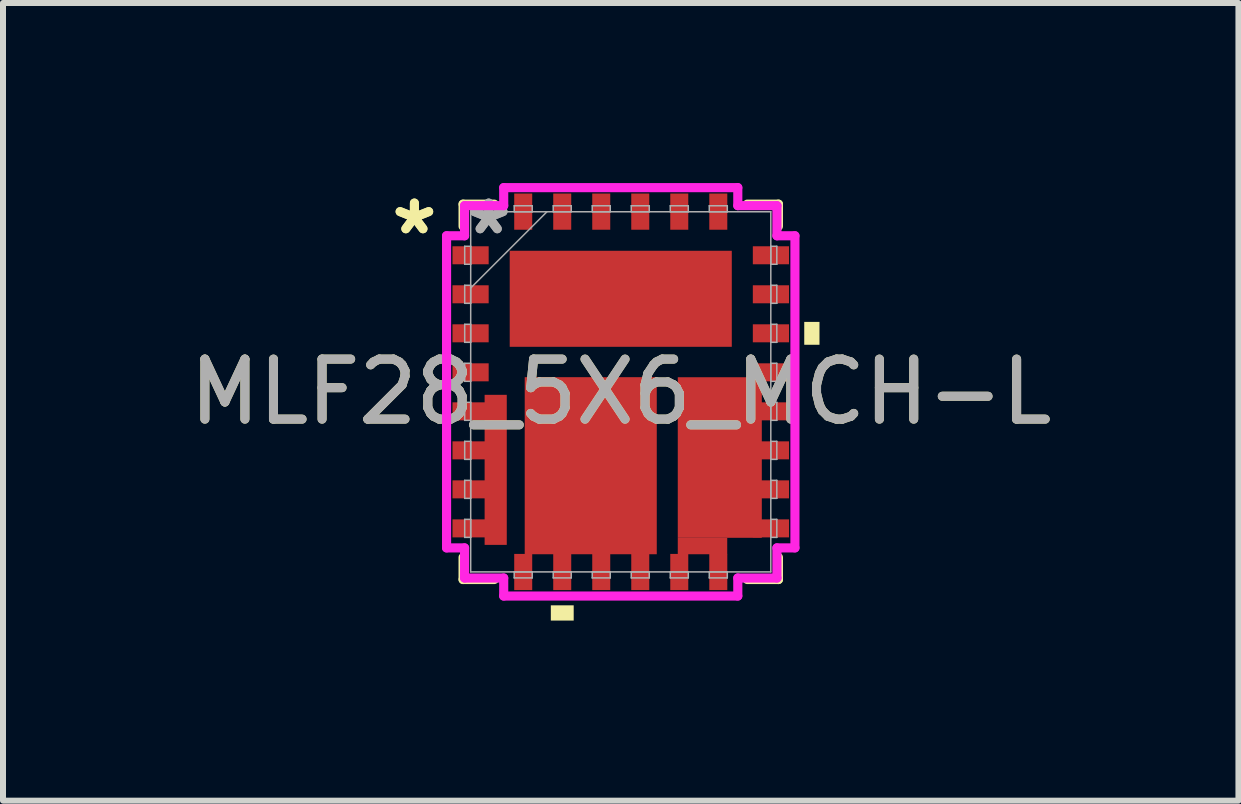
<source format=kicad_pcb>
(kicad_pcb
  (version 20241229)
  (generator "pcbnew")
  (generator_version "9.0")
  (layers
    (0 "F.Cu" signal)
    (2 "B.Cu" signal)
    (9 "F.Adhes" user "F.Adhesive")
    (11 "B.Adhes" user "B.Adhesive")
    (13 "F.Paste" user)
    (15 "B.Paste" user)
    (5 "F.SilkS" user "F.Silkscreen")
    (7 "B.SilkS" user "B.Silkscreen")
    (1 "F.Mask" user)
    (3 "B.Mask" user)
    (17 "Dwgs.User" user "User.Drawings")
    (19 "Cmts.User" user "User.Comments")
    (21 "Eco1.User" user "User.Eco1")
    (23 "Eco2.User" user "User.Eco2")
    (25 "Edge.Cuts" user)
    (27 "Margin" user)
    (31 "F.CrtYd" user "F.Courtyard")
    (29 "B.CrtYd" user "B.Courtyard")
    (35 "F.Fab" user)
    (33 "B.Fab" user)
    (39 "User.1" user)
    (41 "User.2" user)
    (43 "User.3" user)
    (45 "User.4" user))
  (footprint "MLF28_5X6_MCH-L"
    (layer "F.Cu")
    (at 7.292 3.478)
    (property "Reference" "MLF28_5X6_MCH-L" (at 0 0 0) (unlocked yes) (layer "F.SilkS") (effects (font (size 1 1) (thickness 0.15))))
    (attr smd)
    (fp_poly (pts (xy -2.268 0.05) (xy -1.899 0.05) (xy -1.899 2.55) (xy -2.268 2.55)) (stroke (width 0) (type solid)) (fill yes) (layer "F.Cu"))
    (fp_poly (pts (xy -1.6 -0.244) (xy 0.6 -0.244) (xy 0.6 2.706) (xy -1.6 2.706)) (stroke (width 0) (type solid)) (fill yes) (layer "F.Cu"))
    (fp_poly (pts (xy 0.95 2.431) (xy 1.774 2.431) (xy 1.774 2.706) (xy 0.95 2.706)) (stroke (width 0) (type solid)) (fill yes) (layer "F.Cu"))
    (fp_poly (pts (xy 0.95 -0.243) (xy 2.35 -0.243) (xy 2.35 2.432) (xy 0.95 2.432)) (stroke (width 0) (type solid)) (fill yes) (layer "F.Cu"))
    (fp_line (start -2.627 -3.127) (end -2.627 -2.758) (stroke (width 0.152) (type solid)) (layer "F.SilkS"))
    (fp_line (start -2.627 2.758) (end -2.627 3.127) (stroke (width 0.152) (type solid)) (layer "F.SilkS"))
    (fp_line (start -2.627 3.127) (end -2.108 3.127) (stroke (width 0.152) (type solid)) (layer "F.SilkS"))
    (fp_line (start -2.108 -3.127) (end -2.627 -3.127) (stroke (width 0.152) (type solid)) (layer "F.SilkS"))
    (fp_line (start 2.108 3.127) (end 2.627 3.127) (stroke (width 0.152) (type solid)) (layer "F.SilkS"))
    (fp_line (start 2.627 -3.127) (end 2.108 -3.127) (stroke (width 0.152) (type solid)) (layer "F.SilkS"))
    (fp_line (start 2.627 -2.758) (end 2.627 -3.127) (stroke (width 0.152) (type solid)) (layer "F.SilkS"))
    (fp_line (start 2.627 3.127) (end 2.627 2.758) (stroke (width 0.152) (type solid)) (layer "F.SilkS"))
    (fp_poly (pts (xy -1.165 3.557) (xy -1.165 3.811) (xy -0.784 3.811) (xy -0.784 3.557)) (stroke (width 0) (type solid)) (fill yes) (layer "F.SilkS"))
    (fp_poly (pts (xy 3.311 -1.165) (xy 3.311 -0.784) (xy 3.057 -0.784) (xy 3.057 -1.165)) (stroke (width 0) (type solid)) (fill yes) (layer "F.SilkS"))
    (fp_poly (pts (xy -2.902 -1.76) (xy -2.102 -1.76) (xy -2.102 -1.49) (xy -2.902 -1.49)) (stroke (width 0) (type solid)) (fill yes) (layer "F.Paste"))
    (fp_poly (pts (xy -2.902 -1.11) (xy -2.102 -1.11) (xy -2.102 -0.84) (xy -2.902 -0.84)) (stroke (width 0) (type solid)) (fill yes) (layer "F.Paste"))
    (fp_poly (pts (xy -2.902 -0.46) (xy -2.102 -0.46) (xy -2.102 -0.19) (xy -2.902 -0.19)) (stroke (width 0) (type solid)) (fill yes) (layer "F.Paste"))
    (fp_poly (pts (xy -2.902 0.19) (xy -2.102 0.19) (xy -2.102 0.46) (xy -2.902 0.46)) (stroke (width 0) (type solid)) (fill yes) (layer "F.Paste"))
    (fp_poly (pts (xy -2.902 0.84) (xy -2.102 0.84) (xy -2.102 1.11) (xy -2.902 1.11)) (stroke (width 0) (type solid)) (fill yes) (layer "F.Paste"))
    (fp_poly (pts (xy -2.902 1.49) (xy -2.102 1.49) (xy -2.102 1.76) (xy -2.902 1.76)) (stroke (width 0) (type solid)) (fill yes) (layer "F.Paste"))
    (fp_poly (pts (xy -2.902 2.14) (xy -2.102 2.14) (xy -2.102 2.41) (xy -2.902 2.41)) (stroke (width 0) (type solid)) (fill yes) (layer "F.Paste"))
    (fp_poly (pts (xy -1.837 -3.477) (xy -1.412 -3.477) (xy -1.412 -2.527) (xy -1.837 -2.527)) (stroke (width 0) (type solid)) (fill yes) (layer "F.Paste"))
    (fp_poly (pts (xy -1.187 -3.477) (xy -0.762 -3.477) (xy -0.762 -2.527) (xy -1.187 -2.527)) (stroke (width 0) (type solid)) (fill yes) (layer "F.Paste"))
    (fp_poly (pts (xy -1.11 -3.402) (xy -0.84 -3.402) (xy -0.84 -2.602) (xy -1.11 -2.602)) (stroke (width 0) (type solid)) (fill yes) (layer "F.Paste"))
    (fp_poly (pts (xy -0.537 -3.477) (xy -0.112 -3.477) (xy -0.112 -2.527) (xy -0.537 -2.527)) (stroke (width 0) (type solid)) (fill yes) (layer "F.Paste"))
    (fp_poly (pts (xy -0.46 -3.402) (xy -0.19 -3.402) (xy -0.19 -2.602) (xy -0.46 -2.602)) (stroke (width 0) (type solid)) (fill yes) (layer "F.Paste"))
    (fp_poly (pts (xy 0.113 -3.477) (xy 0.537 -3.477) (xy 0.537 -2.527) (xy 0.113 -2.527)) (stroke (width 0) (type solid)) (fill yes) (layer "F.Paste"))
    (fp_poly (pts (xy 0.762 -3.477) (xy 1.188 -3.477) (xy 1.188 -2.527) (xy 0.762 -2.527)) (stroke (width 0) (type solid)) (fill yes) (layer "F.Paste"))
    (fp_poly (pts (xy 0.762 2.527) (xy 1.188 2.527) (xy 1.188 3.477) (xy 0.762 3.477)) (stroke (width 0) (type solid)) (fill yes) (layer "F.Paste"))
    (fp_poly (pts (xy 1.413 -3.477) (xy 1.837 -3.477) (xy 1.837 -2.527) (xy 1.413 -2.527)) (stroke (width 0) (type solid)) (fill yes) (layer "F.Paste"))
    (fp_poly (pts (xy 1.413 2.527) (xy 1.837 2.527) (xy 1.837 3.477) (xy 1.413 3.477)) (stroke (width 0) (type solid)) (fill yes) (layer "F.Paste"))
    (fp_poly (pts (xy 2.027 -2.488) (xy 2.977 -2.488) (xy 2.977 -2.062) (xy 2.027 -2.062)) (stroke (width 0) (type solid)) (fill yes) (layer "F.Paste"))
    (fp_poly (pts (xy 2.027 -1.837) (xy 2.977 -1.837) (xy 2.977 -1.413) (xy 2.027 -1.413)) (stroke (width 0) (type solid)) (fill yes) (layer "F.Paste"))
    (fp_poly (pts (xy 2.027 -1.188) (xy 2.977 -1.188) (xy 2.977 -0.762) (xy 2.027 -0.762)) (stroke (width 0) (type solid)) (fill yes) (layer "F.Paste"))
    (fp_poly (pts (xy 2.027 -0.537) (xy 2.977 -0.537) (xy 2.977 -0.112) (xy 2.027 -0.112)) (stroke (width 0) (type solid)) (fill yes) (layer "F.Paste"))
    (fp_poly (pts (xy 2.027 0.113) (xy 2.977 0.113) (xy 2.977 0.537) (xy 2.027 0.537)) (stroke (width 0) (type solid)) (fill yes) (layer "F.Paste"))
    (fp_poly (pts (xy 2.027 0.762) (xy 2.977 0.762) (xy 2.977 1.188) (xy 2.027 1.188)) (stroke (width 0) (type solid)) (fill yes) (layer "F.Paste"))
    (fp_poly (pts (xy 2.027 1.413) (xy 2.977 1.413) (xy 2.977 1.837) (xy 2.027 1.837)) (stroke (width 0) (type solid)) (fill yes) (layer "F.Paste"))
    (fp_poly (pts (xy 2.027 2.062) (xy 2.977 2.062) (xy 2.977 2.488) (xy 2.027 2.488)) (stroke (width 0) (type solid)) (fill yes) (layer "F.Paste"))
    (fp_poly (pts (xy 2.062 2.527) (xy 2.488 2.527) (xy 2.488 3.477) (xy 2.062 3.477)) (stroke (width 0) (type solid)) (fill yes) (layer "F.Paste"))
    (fp_poly (pts (xy 2.712 2.527) (xy 3.137 2.527) (xy 3.137 3.477) (xy 2.712 3.477)) (stroke (width 0) (type solid)) (fill yes) (layer "F.Paste"))
    (fp_line (start -2.902 -2.6) (end -2.602 -2.6) (stroke (width 0.152) (type solid)) (layer "F.CrtYd"))
    (fp_line (start -2.902 2.6) (end -2.902 -2.6) (stroke (width 0.152) (type solid)) (layer "F.CrtYd"))
    (fp_line (start -2.602 -3.102) (end -1.95 -3.102) (stroke (width 0.152) (type solid)) (layer "F.CrtYd"))
    (fp_line (start -2.602 -2.6) (end -2.602 -3.102) (stroke (width 0.152) (type solid)) (layer "F.CrtYd"))
    (fp_line (start -2.602 2.6) (end -2.902 2.6) (stroke (width 0.152) (type solid)) (layer "F.CrtYd"))
    (fp_line (start -2.602 3.102) (end -2.602 2.6) (stroke (width 0.152) (type solid)) (layer "F.CrtYd"))
    (fp_line (start -1.95 -3.402) (end 1.95 -3.402) (stroke (width 0.152) (type solid)) (layer "F.CrtYd"))
    (fp_line (start -1.95 -3.102) (end -1.95 -3.402) (stroke (width 0.152) (type solid)) (layer "F.CrtYd"))
    (fp_line (start -1.95 3.102) (end -2.602 3.102) (stroke (width 0.152) (type solid)) (layer "F.CrtYd"))
    (fp_line (start -1.95 3.402) (end -1.95 3.102) (stroke (width 0.152) (type solid)) (layer "F.CrtYd"))
    (fp_line (start 1.95 -3.402) (end 1.95 -3.102) (stroke (width 0.152) (type solid)) (layer "F.CrtYd"))
    (fp_line (start 1.95 -3.102) (end 2.602 -3.102) (stroke (width 0.152) (type solid)) (layer "F.CrtYd"))
    (fp_line (start 1.95 3.102) (end 1.95 3.402) (stroke (width 0.152) (type solid)) (layer "F.CrtYd"))
    (fp_line (start 1.95 3.402) (end -1.95 3.402) (stroke (width 0.152) (type solid)) (layer "F.CrtYd"))
    (fp_line (start 2.602 -3.102) (end 2.602 -2.6) (stroke (width 0.152) (type solid)) (layer "F.CrtYd"))
    (fp_line (start 2.602 -2.6) (end 2.902 -2.6) (stroke (width 0.152) (type solid)) (layer "F.CrtYd"))
    (fp_line (start 2.602 2.6) (end 2.602 3.102) (stroke (width 0.152) (type solid)) (layer "F.CrtYd"))
    (fp_line (start 2.602 3.102) (end 1.95 3.102) (stroke (width 0.152) (type solid)) (layer "F.CrtYd"))
    (fp_line (start 2.902 -2.6) (end 2.902 2.6) (stroke (width 0.152) (type solid)) (layer "F.CrtYd"))
    (fp_line (start 2.902 2.6) (end 2.602 2.6) (stroke (width 0.152) (type solid)) (layer "F.CrtYd"))
    (fp_line (start -2.6 -2.425) (end -2.6 -2.125) (stroke (width 0.025) (type solid)) (layer "F.Fab"))
    (fp_line (start -2.6 -2.125) (end -2.5 -2.125) (stroke (width 0.025) (type solid)) (layer "F.Fab"))
    (fp_line (start -2.6 -1.775) (end -2.6 -1.475) (stroke (width 0.025) (type solid)) (layer "F.Fab"))
    (fp_line (start -2.6 -1.475) (end -2.5 -1.475) (stroke (width 0.025) (type solid)) (layer "F.Fab"))
    (fp_line (start -2.6 -1.125) (end -2.6 -0.825) (stroke (width 0.025) (type solid)) (layer "F.Fab"))
    (fp_line (start -2.6 -0.825) (end -2.5 -0.825) (stroke (width 0.025) (type solid)) (layer "F.Fab"))
    (fp_line (start -2.6 -0.475) (end -2.6 -0.175) (stroke (width 0.025) (type solid)) (layer "F.Fab"))
    (fp_line (start -2.6 -0.175) (end -2.5 -0.175) (stroke (width 0.025) (type solid)) (layer "F.Fab"))
    (fp_line (start -2.6 0.175) (end -2.6 0.475) (stroke (width 0.025) (type solid)) (layer "F.Fab"))
    (fp_line (start -2.6 0.475) (end -2.5 0.475) (stroke (width 0.025) (type solid)) (layer "F.Fab"))
    (fp_line (start -2.6 0.825) (end -2.6 1.125) (stroke (width 0.025) (type solid)) (layer "F.Fab"))
    (fp_line (start -2.6 1.125) (end -2.5 1.125) (stroke (width 0.025) (type solid)) (layer "F.Fab"))
    (fp_line (start -2.6 1.475) (end -2.6 1.775) (stroke (width 0.025) (type solid)) (layer "F.Fab"))
    (fp_line (start -2.6 1.775) (end -2.5 1.775) (stroke (width 0.025) (type solid)) (layer "F.Fab"))
    (fp_line (start -2.6 2.125) (end -2.6 2.425) (stroke (width 0.025) (type solid)) (layer "F.Fab"))
    (fp_line (start -2.6 2.425) (end -2.5 2.425) (stroke (width 0.025) (type solid)) (layer "F.Fab"))
    (fp_line (start -2.5 -3) (end -2.5 3) (stroke (width 0.025) (type solid)) (layer "F.Fab"))
    (fp_line (start -2.5 -2.425) (end -2.6 -2.425) (stroke (width 0.025) (type solid)) (layer "F.Fab"))
    (fp_line (start -2.5 -2.125) (end -2.5 -2.425) (stroke (width 0.025) (type solid)) (layer "F.Fab"))
    (fp_line (start -2.5 -1.775) (end -2.6 -1.775) (stroke (width 0.025) (type solid)) (layer "F.Fab"))
    (fp_line (start -2.5 -1.73) (end -1.23 -3) (stroke (width 0.025) (type solid)) (layer "F.Fab"))
    (fp_line (start -2.5 -1.475) (end -2.5 -1.775) (stroke (width 0.025) (type solid)) (layer "F.Fab"))
    (fp_line (start -2.5 -1.125) (end -2.6 -1.125) (stroke (width 0.025) (type solid)) (layer "F.Fab"))
    (fp_line (start -2.5 -0.825) (end -2.5 -1.125) (stroke (width 0.025) (type solid)) (layer "F.Fab"))
    (fp_line (start -2.5 -0.475) (end -2.6 -0.475) (stroke (width 0.025) (type solid)) (layer "F.Fab"))
    (fp_line (start -2.5 -0.175) (end -2.5 -0.475) (stroke (width 0.025) (type solid)) (layer "F.Fab"))
    (fp_line (start -2.5 0.175) (end -2.6 0.175) (stroke (width 0.025) (type solid)) (layer "F.Fab"))
    (fp_line (start -2.5 0.475) (end -2.5 0.175) (stroke (width 0.025) (type solid)) (layer "F.Fab"))
    (fp_line (start -2.5 0.825) (end -2.6 0.825) (stroke (width 0.025) (type solid)) (layer "F.Fab"))
    (fp_line (start -2.5 1.125) (end -2.5 0.825) (stroke (width 0.025) (type solid)) (layer "F.Fab"))
    (fp_line (start -2.5 1.475) (end -2.6 1.475) (stroke (width 0.025) (type solid)) (layer "F.Fab"))
    (fp_line (start -2.5 1.775) (end -2.5 1.475) (stroke (width 0.025) (type solid)) (layer "F.Fab"))
    (fp_line (start -2.5 2.125) (end -2.6 2.125) (stroke (width 0.025) (type solid)) (layer "F.Fab"))
    (fp_line (start -2.5 2.425) (end -2.5 2.125) (stroke (width 0.025) (type solid)) (layer "F.Fab"))
    (fp_line (start -2.5 3) (end 2.5 3) (stroke (width 0.025) (type solid)) (layer "F.Fab"))
    (fp_line (start -1.775 -3.1) (end -1.775 -3) (stroke (width 0.025) (type solid)) (layer "F.Fab"))
    (fp_line (start -1.775 -3) (end -1.475 -3) (stroke (width 0.025) (type solid)) (layer "F.Fab"))
    (fp_line (start -1.775 3) (end -1.775 3.1) (stroke (width 0.025) (type solid)) (layer "F.Fab"))
    (fp_line (start -1.775 3.1) (end -1.475 3.1) (stroke (width 0.025) (type solid)) (layer "F.Fab"))
    (fp_line (start -1.475 -3.1) (end -1.775 -3.1) (stroke (width 0.025) (type solid)) (layer "F.Fab"))
    (fp_line (start -1.475 -3) (end -1.475 -3.1) (stroke (width 0.025) (type solid)) (layer "F.Fab"))
    (fp_line (start -1.475 3) (end -1.775 3) (stroke (width 0.025) (type solid)) (layer "F.Fab"))
    (fp_line (start -1.475 3.1) (end -1.475 3) (stroke (width 0.025) (type solid)) (layer "F.Fab"))
    (fp_line (start -1.125 -3.1) (end -1.125 -3) (stroke (width 0.025) (type solid)) (layer "F.Fab"))
    (fp_line (start -1.125 -3) (end -0.825 -3) (stroke (width 0.025) (type solid)) (layer "F.Fab"))
    (fp_line (start -1.125 3) (end -1.125 3.1) (stroke (width 0.025) (type solid)) (layer "F.Fab"))
    (fp_line (start -1.125 3.1) (end -0.825 3.1) (stroke (width 0.025) (type solid)) (layer "F.Fab"))
    (fp_line (start -0.825 -3.1) (end -1.125 -3.1) (stroke (width 0.025) (type solid)) (layer "F.Fab"))
    (fp_line (start -0.825 -3) (end -0.825 -3.1) (stroke (width 0.025) (type solid)) (layer "F.Fab"))
    (fp_line (start -0.825 3) (end -1.125 3) (stroke (width 0.025) (type solid)) (layer "F.Fab"))
    (fp_line (start -0.825 3.1) (end -0.825 3) (stroke (width 0.025) (type solid)) (layer "F.Fab"))
    (fp_line (start -0.475 -3.1) (end -0.475 -3) (stroke (width 0.025) (type solid)) (layer "F.Fab"))
    (fp_line (start -0.475 -3) (end -0.175 -3) (stroke (width 0.025) (type solid)) (layer "F.Fab"))
    (fp_line (start -0.475 3) (end -0.475 3.1) (stroke (width 0.025) (type solid)) (layer "F.Fab"))
    (fp_line (start -0.475 3.1) (end -0.175 3.1) (stroke (width 0.025) (type solid)) (layer "F.Fab"))
    (fp_line (start -0.175 -3.1) (end -0.475 -3.1) (stroke (width 0.025) (type solid)) (layer "F.Fab"))
    (fp_line (start -0.175 -3) (end -0.175 -3.1) (stroke (width 0.025) (type solid)) (layer "F.Fab"))
    (fp_line (start -0.175 3) (end -0.475 3) (stroke (width 0.025) (type solid)) (layer "F.Fab"))
    (fp_line (start -0.175 3.1) (end -0.175 3) (stroke (width 0.025) (type solid)) (layer "F.Fab"))
    (fp_line (start 0.175 -3.1) (end 0.175 -3) (stroke (width 0.025) (type solid)) (layer "F.Fab"))
    (fp_line (start 0.175 -3) (end 0.475 -3) (stroke (width 0.025) (type solid)) (layer "F.Fab"))
    (fp_line (start 0.175 3) (end 0.175 3.1) (stroke (width 0.025) (type solid)) (layer "F.Fab"))
    (fp_line (start 0.175 3.1) (end 0.475 3.1) (stroke (width 0.025) (type solid)) (layer "F.Fab"))
    (fp_line (start 0.475 -3.1) (end 0.175 -3.1) (stroke (width 0.025) (type solid)) (layer "F.Fab"))
    (fp_line (start 0.475 -3) (end 0.475 -3.1) (stroke (width 0.025) (type solid)) (layer "F.Fab"))
    (fp_line (start 0.475 3) (end 0.175 3) (stroke (width 0.025) (type solid)) (layer "F.Fab"))
    (fp_line (start 0.475 3.1) (end 0.475 3) (stroke (width 0.025) (type solid)) (layer "F.Fab"))
    (fp_line (start 0.825 -3.1) (end 0.825 -3) (stroke (width 0.025) (type solid)) (layer "F.Fab"))
    (fp_line (start 0.825 -3) (end 1.125 -3) (stroke (width 0.025) (type solid)) (layer "F.Fab"))
    (fp_line (start 0.825 3) (end 0.825 3.1) (stroke (width 0.025) (type solid)) (layer "F.Fab"))
    (fp_line (start 0.825 3.1) (end 1.125 3.1) (stroke (width 0.025) (type solid)) (layer "F.Fab"))
    (fp_line (start 1.125 -3.1) (end 0.825 -3.1) (stroke (width 0.025) (type solid)) (layer "F.Fab"))
    (fp_line (start 1.125 -3) (end 1.125 -3.1) (stroke (width 0.025) (type solid)) (layer "F.Fab"))
    (fp_line (start 1.125 3) (end 0.825 3) (stroke (width 0.025) (type solid)) (layer "F.Fab"))
    (fp_line (start 1.125 3.1) (end 1.125 3) (stroke (width 0.025) (type solid)) (layer "F.Fab"))
    (fp_line (start 1.475 -3.1) (end 1.475 -3) (stroke (width 0.025) (type solid)) (layer "F.Fab"))
    (fp_line (start 1.475 -3) (end 1.775 -3) (stroke (width 0.025) (type solid)) (layer "F.Fab"))
    (fp_line (start 1.475 3) (end 1.475 3.1) (stroke (width 0.025) (type solid)) (layer "F.Fab"))
    (fp_line (start 1.475 3.1) (end 1.775 3.1) (stroke (width 0.025) (type solid)) (layer "F.Fab"))
    (fp_line (start 1.775 -3.1) (end 1.475 -3.1) (stroke (width 0.025) (type solid)) (layer "F.Fab"))
    (fp_line (start 1.775 -3) (end 1.775 -3.1) (stroke (width 0.025) (type solid)) (layer "F.Fab"))
    (fp_line (start 1.775 3) (end 1.475 3) (stroke (width 0.025) (type solid)) (layer "F.Fab"))
    (fp_line (start 1.775 3.1) (end 1.775 3) (stroke (width 0.025) (type solid)) (layer "F.Fab"))
    (fp_line (start 2.5 -3) (end -2.5 -3) (stroke (width 0.025) (type solid)) (layer "F.Fab"))
    (fp_line (start 2.5 -2.425) (end 2.5 -2.125) (stroke (width 0.025) (type solid)) (layer "F.Fab"))
    (fp_line (start 2.5 -2.125) (end 2.6 -2.125) (stroke (width 0.025) (type solid)) (layer "F.Fab"))
    (fp_line (start 2.5 -1.775) (end 2.5 -1.475) (stroke (width 0.025) (type solid)) (layer "F.Fab"))
    (fp_line (start 2.5 -1.475) (end 2.6 -1.475) (stroke (width 0.025) (type solid)) (layer "F.Fab"))
    (fp_line (start 2.5 -1.125) (end 2.5 -0.825) (stroke (width 0.025) (type solid)) (layer "F.Fab"))
    (fp_line (start 2.5 -0.825) (end 2.6 -0.825) (stroke (width 0.025) (type solid)) (layer "F.Fab"))
    (fp_line (start 2.5 -0.475) (end 2.5 -0.175) (stroke (width 0.025) (type solid)) (layer "F.Fab"))
    (fp_line (start 2.5 -0.175) (end 2.6 -0.175) (stroke (width 0.025) (type solid)) (layer "F.Fab"))
    (fp_line (start 2.5 0.175) (end 2.5 0.475) (stroke (width 0.025) (type solid)) (layer "F.Fab"))
    (fp_line (start 2.5 0.475) (end 2.6 0.475) (stroke (width 0.025) (type solid)) (layer "F.Fab"))
    (fp_line (start 2.5 0.825) (end 2.5 1.125) (stroke (width 0.025) (type solid)) (layer "F.Fab"))
    (fp_line (start 2.5 1.125) (end 2.6 1.125) (stroke (width 0.025) (type solid)) (layer "F.Fab"))
    (fp_line (start 2.5 1.475) (end 2.5 1.775) (stroke (width 0.025) (type solid)) (layer "F.Fab"))
    (fp_line (start 2.5 1.775) (end 2.6 1.775) (stroke (width 0.025) (type solid)) (layer "F.Fab"))
    (fp_line (start 2.5 2.125) (end 2.5 2.425) (stroke (width 0.025) (type solid)) (layer "F.Fab"))
    (fp_line (start 2.5 2.425) (end 2.6 2.425) (stroke (width 0.025) (type solid)) (layer "F.Fab"))
    (fp_line (start 2.5 3) (end 2.5 -3) (stroke (width 0.025) (type solid)) (layer "F.Fab"))
    (fp_line (start 2.6 -2.425) (end 2.5 -2.425) (stroke (width 0.025) (type solid)) (layer "F.Fab"))
    (fp_line (start 2.6 -2.125) (end 2.6 -2.425) (stroke (width 0.025) (type solid)) (layer "F.Fab"))
    (fp_line (start 2.6 -1.775) (end 2.5 -1.775) (stroke (width 0.025) (type solid)) (layer "F.Fab"))
    (fp_line (start 2.6 -1.475) (end 2.6 -1.775) (stroke (width 0.025) (type solid)) (layer "F.Fab"))
    (fp_line (start 2.6 -1.125) (end 2.5 -1.125) (stroke (width 0.025) (type solid)) (layer "F.Fab"))
    (fp_line (start 2.6 -0.825) (end 2.6 -1.125) (stroke (width 0.025) (type solid)) (layer "F.Fab"))
    (fp_line (start 2.6 -0.475) (end 2.5 -0.475) (stroke (width 0.025) (type solid)) (layer "F.Fab"))
    (fp_line (start 2.6 -0.175) (end 2.6 -0.475) (stroke (width 0.025) (type solid)) (layer "F.Fab"))
    (fp_line (start 2.6 0.175) (end 2.5 0.175) (stroke (width 0.025) (type solid)) (layer "F.Fab"))
    (fp_line (start 2.6 0.475) (end 2.6 0.175) (stroke (width 0.025) (type solid)) (layer "F.Fab"))
    (fp_line (start 2.6 0.825) (end 2.5 0.825) (stroke (width 0.025) (type solid)) (layer "F.Fab"))
    (fp_line (start 2.6 1.125) (end 2.6 0.825) (stroke (width 0.025) (type solid)) (layer "F.Fab"))
    (fp_line (start 2.6 1.475) (end 2.5 1.475) (stroke (width 0.025) (type solid)) (layer "F.Fab"))
    (fp_line (start 2.6 1.775) (end 2.6 1.475) (stroke (width 0.025) (type solid)) (layer "F.Fab"))
    (fp_line (start 2.6 2.125) (end 2.5 2.125) (stroke (width 0.025) (type solid)) (layer "F.Fab"))
    (fp_line (start 2.6 2.425) (end 2.6 2.125) (stroke (width 0.025) (type solid)) (layer "F.Fab"))
    (fp_text user "*" (at -3.438 -2.6 0) (unlocked yes) (layer "F.SilkS") (effects (font (size 1 1) (thickness 0.15))))
    (fp_text user "*" (at -3.438 -2.6 0) (layer "F.SilkS") (effects (font (size 1 1) (thickness 0.15))))
    (fp_text user "*" (at -2.2 -2.6 0) (layer "F.Fab") (effects (font (size 1 1) (thickness 0.15))))
    (fp_text user "${REFERENCE}" (at 0 0 0) (unlocked yes) (layer "F.Fab") (effects (font (size 1 1) (thickness 0.15))))
    (fp_text user "*" (at -2.2 -2.6 0) (unlocked yes) (layer "F.Fab") (effects (font (size 1 1) (thickness 0.15))))
    (pad "1" smd rect (at -2.502 -2.275 90) (size 0.3 0.603) (layers "F.Cu" "F.Mask" "F.Paste"))
    (pad "2" smd rect (at -2.502 -1.625 90) (size 0.3 0.603) (layers "F.Cu" "F.Mask" "F.Paste"))
    (pad "3" smd rect (at -2.502 -0.975 90) (size 0.3 0.603) (layers "F.Cu" "F.Mask" "F.Paste"))
    (pad "4" smd rect (at -2.502 -0.325 90) (size 0.3 0.603) (layers "F.Cu" "F.Mask" "F.Paste"))
    (pad "5" smd rect (at -2.502 0.325 90) (size 0.3 0.603) (layers "F.Cu" "F.Mask" "F.Paste"))
    (pad "6" smd rect (at -2.502 0.975 90) (size 0.3 0.603) (layers "F.Cu" "F.Mask" "F.Paste"))
    (pad "7" smd rect (at -2.502 1.625 90) (size 0.3 0.603) (layers "F.Cu" "F.Mask" "F.Paste"))
    (pad "8" smd rect (at -2.502 2.275 90) (size 0.3 0.603) (layers "F.Cu" "F.Mask" "F.Paste"))
    (pad "9" smd rect (at -1.625 3.002) (size 0.3 0.603) (layers "F.Cu" "F.Mask" "F.Paste"))
    (pad "10" smd rect (at -0.975 3.002) (size 0.3 0.603) (layers "F.Cu" "F.Mask" "F.Paste"))
    (pad "11" smd rect (at -0.325 3.002) (size 0.3 0.603) (layers "F.Cu" "F.Mask" "F.Paste"))
    (pad "12" smd rect (at 0.325 3.002) (size 0.3 0.603) (layers "F.Cu" "F.Mask" "F.Paste"))
    (pad "13" smd rect (at 0.975 3.002) (size 0.3 0.603) (layers "F.Cu" "F.Mask" "F.Paste"))
    (pad "14" smd rect (at 1.625 3.002) (size 0.3 0.603) (layers "F.Cu" "F.Mask" "F.Paste"))
    (pad "15" smd rect (at 2.502 2.275 90) (size 0.3 0.603) (layers "F.Cu" "F.Mask" "F.Paste"))
    (pad "16" smd rect (at 2.502 1.625 90) (size 0.3 0.603) (layers "F.Cu" "F.Mask" "F.Paste"))
    (pad "17" smd rect (at 2.502 0.975 90) (size 0.3 0.603) (layers "F.Cu" "F.Mask" "F.Paste"))
    (pad "18" smd rect (at 2.502 0.325 90) (size 0.3 0.603) (layers "F.Cu" "F.Mask" "F.Paste"))
    (pad "19" smd rect (at 2.502 -0.325 90) (size 0.3 0.603) (layers "F.Cu" "F.Mask" "F.Paste"))
    (pad "20" smd rect (at 2.502 -0.975 90) (size 0.3 0.603) (layers "F.Cu" "F.Mask" "F.Paste"))
    (pad "21" smd rect (at 2.502 -1.625 90) (size 0.3 0.603) (layers "F.Cu" "F.Mask" "F.Paste"))
    (pad "22" smd rect (at 2.502 -2.275 90) (size 0.3 0.603) (layers "F.Cu" "F.Mask" "F.Paste"))
    (pad "23" smd rect (at 1.625 -3.002) (size 0.3 0.603) (layers "F.Cu" "F.Mask" "F.Paste"))
    (pad "24" smd rect (at 0.975 -3.002) (size 0.3 0.603) (layers "F.Cu" "F.Mask" "F.Paste"))
    (pad "25" smd rect (at 0.325 -3.002) (size 0.3 0.603) (layers "F.Cu" "F.Mask" "F.Paste"))
    (pad "26" smd rect (at -0.325 -3.002) (size 0.3 0.603) (layers "F.Cu" "F.Mask" "F.Paste"))
    (pad "27" smd rect (at -0.975 -3.002) (size 0.3 0.603) (layers "F.Cu" "F.Mask" "F.Paste"))
    (pad "28" smd rect (at -1.625 -3.002) (size 0.3 0.603) (layers "F.Cu" "F.Mask" "F.Paste"))
    (pad "29" smd rect (at 0 -1.55) (size 3.7 1.6) (layers "F.Cu" "F.Mask" "F.Paste")))
  (gr_rect
    (start -3 -3)
    (end 17.583 10.289)
    (stroke (width 0.1) (type default))
    (fill no)
    (layer "Edge.Cuts")))
</source>
